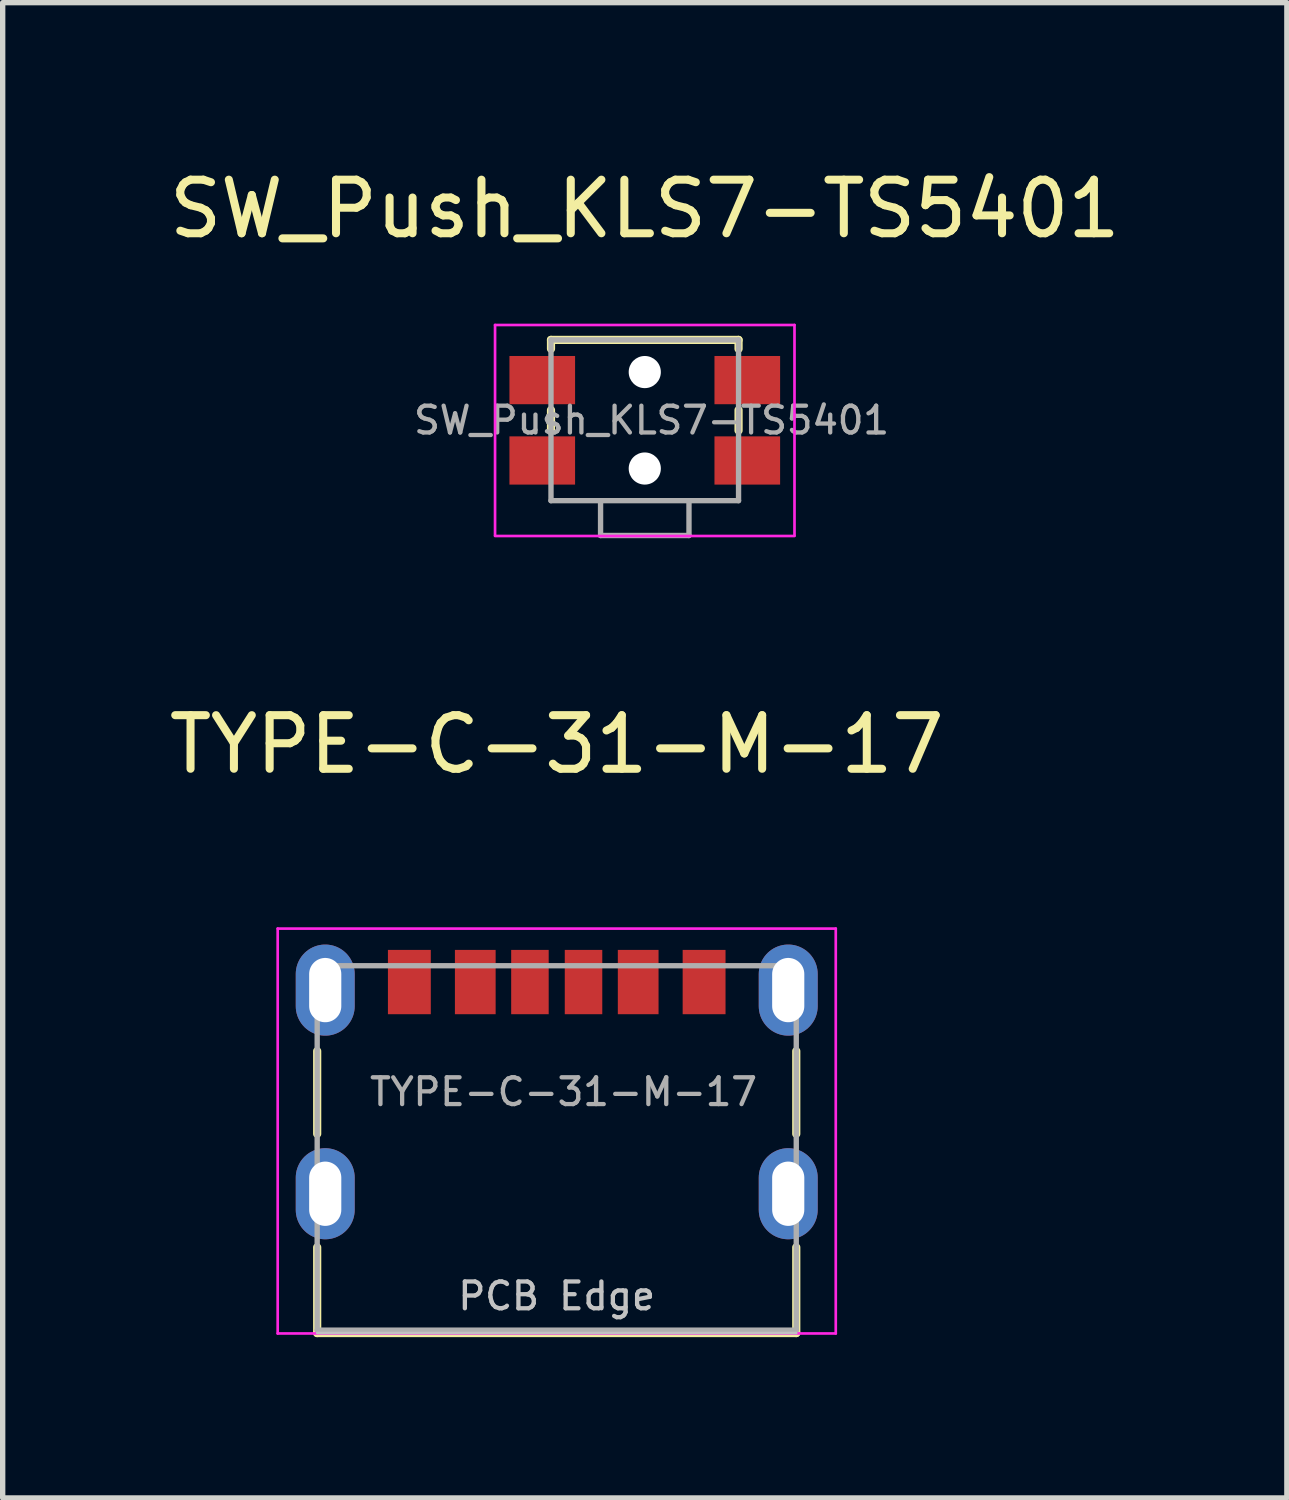
<source format=kicad_pcb>
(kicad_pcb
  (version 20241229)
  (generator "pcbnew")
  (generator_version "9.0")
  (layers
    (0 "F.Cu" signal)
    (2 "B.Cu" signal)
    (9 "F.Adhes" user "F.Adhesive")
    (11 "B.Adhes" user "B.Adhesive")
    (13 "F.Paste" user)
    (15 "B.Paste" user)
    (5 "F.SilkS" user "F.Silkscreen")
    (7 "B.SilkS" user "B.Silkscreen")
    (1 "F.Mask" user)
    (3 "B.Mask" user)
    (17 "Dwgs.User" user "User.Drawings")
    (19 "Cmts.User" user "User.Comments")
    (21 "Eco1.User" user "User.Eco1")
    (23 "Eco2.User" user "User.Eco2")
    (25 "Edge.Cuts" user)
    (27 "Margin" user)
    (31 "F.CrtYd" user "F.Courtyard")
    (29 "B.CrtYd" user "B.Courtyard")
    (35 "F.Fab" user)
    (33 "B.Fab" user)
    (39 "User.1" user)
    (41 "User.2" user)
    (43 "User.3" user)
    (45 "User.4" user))
  (footprint "TYPE-C-31-M-17"
    (layer "F.Cu")
    (at 7.339 17.326)
    (property "Reference" "TYPE-C-31-M-17" (at 0 -6.485 0) (layer "F.SilkS") (effects (font (size 1 1) (thickness 0.15))))
    (attr through_hole)
    (fp_line (start -4.47 0.783) (end -4.47 -0.762) (stroke (width 0.153) (type solid)) (layer "F.SilkS"))
    (fp_line (start -4.47 4.5) (end -4.47 2.9) (stroke (width 0.153) (type solid)) (layer "F.SilkS"))
    (fp_line (start -4.47 4.5) (end 4.47 4.5) (stroke (width 0.153) (type solid)) (layer "F.SilkS"))
    (fp_line (start 4.47 0.783) (end 4.47 -0.762) (stroke (width 0.153) (type solid)) (layer "F.SilkS"))
    (fp_line (start 4.47 4.5) (end 4.47 2.9) (stroke (width 0.153) (type solid)) (layer "F.SilkS"))
    (fp_line (start -4.47 4.5) (end 4.47 4.5) (stroke (width 0.05) (type solid)) (layer "Dwgs.User"))
    (fp_line (start -5.207 -3.048) (end -5.207 4.508) (stroke (width 0.05) (type solid)) (layer "F.CrtYd"))
    (fp_line (start -5.207 -3.048) (end 5.207 -3.048) (stroke (width 0.05) (type solid)) (layer "F.CrtYd"))
    (fp_line (start -5.207 4.508) (end 5.207 4.508) (stroke (width 0.05) (type solid)) (layer "F.CrtYd"))
    (fp_line (start 5.207 -3.048) (end 5.207 4.508) (stroke (width 0.05) (type solid)) (layer "F.CrtYd"))
    (fp_line (start -4.47 -2.355) (end -4.47 4.445) (stroke (width 0.1) (type solid)) (layer "F.Fab"))
    (fp_line (start -4.47 -2.355) (end 4.47 -2.355) (stroke (width 0.1) (type solid)) (layer "F.Fab"))
    (fp_line (start -4.47 4.445) (end 4.47 4.445) (stroke (width 0.1) (type solid)) (layer "F.Fab"))
    (fp_line (start 4.47 -2.355) (end 4.47 4.445) (stroke (width 0.1) (type solid)) (layer "F.Fab"))
    (fp_text user "PCB Edge" (at 0 3.81 0) (layer "Dwgs.User") (effects (font (size 0.5 0.5) (thickness 0.08))))
    (fp_text user "${REFERENCE}" (at 0.127 0 0) (layer "F.Fab") (effects (font (size 0.5 0.5) (thickness 0.08))))
    (pad "A5" smd rect (at -0.5 -2.05) (size 0.7 1.2) (layers "F.Cu" "F.Mask" "F.Paste"))
    (pad "A9" smd rect (at 1.52 -2.05) (size 0.76 1.2) (layers "F.Cu" "F.Mask" "F.Paste"))
    (pad "A12" smd rect (at 2.75 -2.05) (size 0.8 1.2) (layers "F.Cu" "F.Mask" "F.Paste"))
    (pad "B5" smd rect (at 0.5 -2.05) (size 0.7 1.2) (layers "F.Cu" "F.Mask" "F.Paste"))
    (pad "B9" smd rect (at -1.52 -2.05) (size 0.76 1.2) (layers "F.Cu" "F.Mask" "F.Paste"))
    (pad "B12" smd rect (at -2.75 -2.05) (size 0.8 1.2) (layers "F.Cu" "F.Mask" "F.Paste"))
    (pad "S1" thru_hole oval (at -4.32 -1.9) (size 1.1 1.7) (drill oval 0.6 1.2) (layers "*.Cu" "*.Mask"))
    (pad "S1" thru_hole oval (at -4.32 1.9) (size 1.1 1.7) (drill oval 0.6 1.2) (layers "*.Cu" "*.Mask"))
    (pad "S1" thru_hole oval (at 4.32 -1.9) (size 1.1 1.7) (drill oval 0.6 1.2) (layers "*.Cu" "*.Mask"))
    (pad "S1" thru_hole oval (at 4.32 1.9) (size 1.1 1.7) (drill oval 0.6 1.2) (layers "*.Cu" "*.Mask")))
  (footprint "SW_Push_KLS7-TS5401"
    (layer "F.Cu")
    (at 8.982 4.793)
    (property "Reference" "SW_Push_KLS7-TS5401" (at 0 -3.945 0) (layer "F.SilkS") (effects (font (size 1 1) (thickness 0.15))))
    (attr through_hole)
    (fp_line (start -1.75 -1.5) (end -1.75 -1.333) (stroke (width 0.153) (type solid)) (layer "F.SilkS"))
    (fp_line (start -1.75 -1.5) (end 1.75 -1.5) (stroke (width 0.153) (type solid)) (layer "F.SilkS"))
    (fp_line (start -1.75 -0.191) (end -1.75 0.191) (stroke (width 0.153) (type solid)) (layer "F.SilkS"))
    (fp_line (start 1.75 -1.5) (end 1.75 -1.333) (stroke (width 0.153) (type solid)) (layer "F.SilkS"))
    (fp_line (start 1.75 -0.191) (end 1.75 0.191) (stroke (width 0.153) (type solid)) (layer "F.SilkS"))
    (fp_line (start -2.794 -1.778) (end -2.794 2.15) (stroke (width 0.05) (type solid)) (layer "F.CrtYd"))
    (fp_line (start -2.794 -1.778) (end 2.794 -1.778) (stroke (width 0.05) (type solid)) (layer "F.CrtYd"))
    (fp_line (start -2.794 2.159) (end 2.794 2.159) (stroke (width 0.05) (type solid)) (layer "F.CrtYd"))
    (fp_line (start 2.794 -1.778) (end 2.794 2.15) (stroke (width 0.05) (type solid)) (layer "F.CrtYd"))
    (fp_line (start -1.75 -1.5) (end -1.75 1.5) (stroke (width 0.1) (type solid)) (layer "F.Fab"))
    (fp_line (start -1.75 -1.5) (end 1.75 -1.5) (stroke (width 0.1) (type solid)) (layer "F.Fab"))
    (fp_line (start -1.75 1.5) (end -0.825 1.5) (stroke (width 0.1) (type solid)) (layer "F.Fab"))
    (fp_line (start -0.825 1.5) (end 0.825 1.5) (stroke (width 0.1) (type solid)) (layer "F.Fab"))
    (fp_line (start -0.825 2.15) (end -0.825 1.5) (stroke (width 0.1) (type solid)) (layer "F.Fab"))
    (fp_line (start -0.825 2.15) (end 0.825 2.15) (stroke (width 0.1) (type solid)) (layer "F.Fab"))
    (fp_line (start 0.825 1.5) (end 1.75 1.5) (stroke (width 0.1) (type solid)) (layer "F.Fab"))
    (fp_line (start 0.825 2.15) (end 0.825 1.5) (stroke (width 0.1) (type solid)) (layer "F.Fab"))
    (fp_line (start 1.75 -1.5) (end 1.75 1.5) (stroke (width 0.1) (type solid)) (layer "F.Fab"))
    (fp_text user "${REFERENCE}" (at 0.127 0 0) (layer "F.Fab") (effects (font (size 0.5 0.5) (thickness 0.08))))
    (pad "" np_thru_hole circle (at 0 -0.9) (size 0.6 0.6) (drill 0.6) (layers "*.Cu" "*.Mask"))
    (pad "" np_thru_hole circle (at 0 0.9) (size 0.6 0.6) (drill 0.6) (layers "*.Cu" "*.Mask"))
    (pad "1" smd rect (at -1.913 -0.75) (size 1.225 0.9) (layers "F.Cu" "F.Mask" "F.Paste"))
    (pad "2" smd rect (at 1.913 -0.75) (size 1.225 0.9) (layers "F.Cu" "F.Mask" "F.Paste"))
    (pad "3" smd rect (at 1.913 0.75) (size 1.225 0.9) (layers "F.Cu" "F.Mask" "F.Paste"))
    (pad "4" smd rect (at -1.913 0.75) (size 1.225 0.9) (layers "F.Cu" "F.Mask" "F.Paste")))
  (gr_rect
    (start -3 -3)
    (end 20.964 24.903)
    (stroke (width 0.1) (type default))
    (fill no)
    (layer "Edge.Cuts")))
</source>
